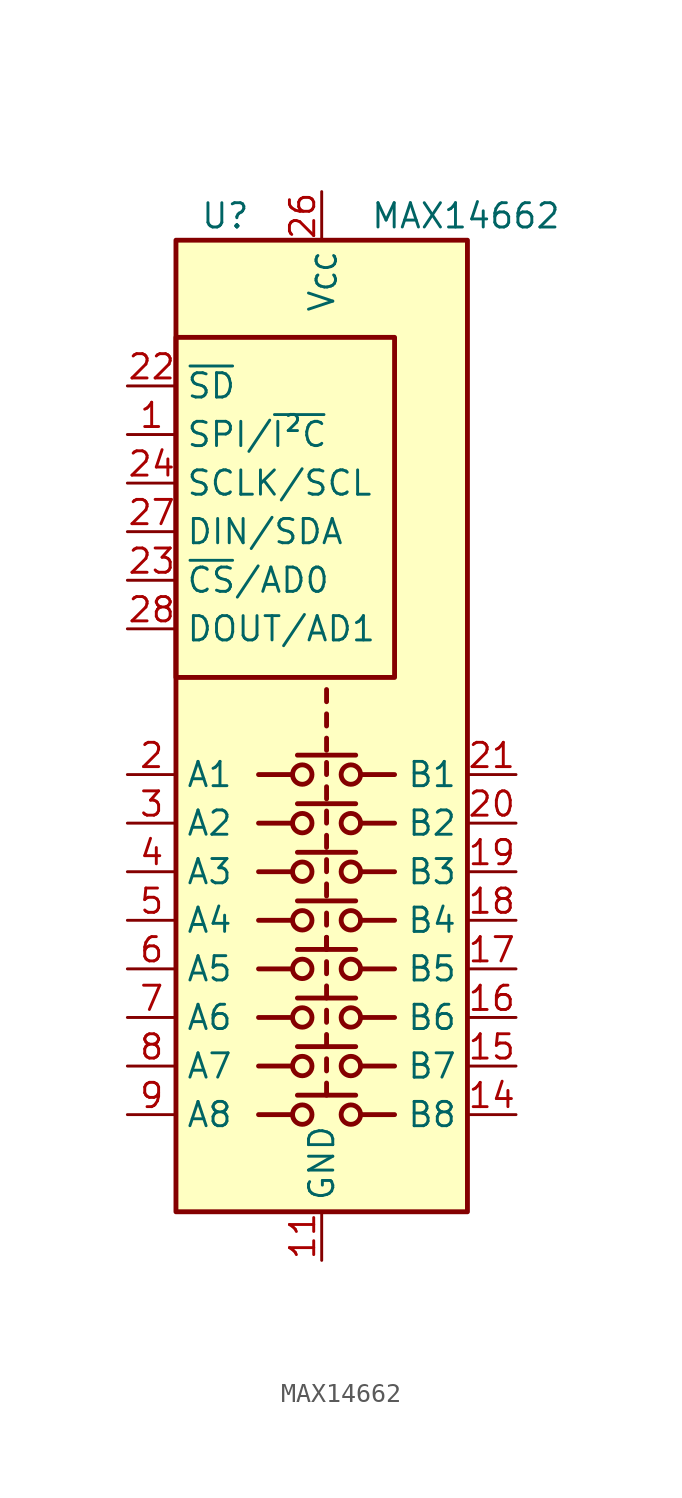
<source format=kicad_sym>
(kicad_symbol_lib
  (version 20241209)
  (generator "kicad_symbol_editor")
  (generator_version "9.0")
  (symbol "MAX14662"
    (property "Reference" "U"
      (at -6.35 26.67 0)
      (effects (font (size 1.27 1.27)) (justify left)))
    (property "Value" "MAX14662"
      (at 2.54 26.67 0)
      (effects (font (size 1.27 1.27)) (justify left)))
    (symbol "MAX14662_0_0"
      (pin input line (at -10.16 7.62 0) (length 2.54) (name "~{CS}/AD0" (effects (font (size 1.27 1.27)))) (number "23" (effects (font (size 1.27 1.27))))))
    (symbol "MAX14662_0_1"
      (rectangle (start -7.62 25.4) (end 7.62 -25.4) (stroke (width 0.254) (type default)) (fill (type background)))
      (polyline (pts (xy -1.524 -2.54) (xy -3.302 -2.54)) (stroke (width 0.254) (type default)) (fill (type none)))
      (polyline (pts (xy -1.524 -5.08) (xy -3.302 -5.08)) (stroke (width 0.254) (type default)) (fill (type none)))
      (polyline (pts (xy -1.524 -7.62) (xy -3.302 -7.62)) (stroke (width 0.254) (type default)) (fill (type none)))
      (polyline (pts (xy -1.524 -10.16) (xy -3.302 -10.16)) (stroke (width 0.254) (type default)) (fill (type none)))
      (polyline (pts (xy -1.524 -12.7) (xy -3.302 -12.7)) (stroke (width 0.254) (type default)) (fill (type none)))
      (polyline (pts (xy -1.524 -15.24) (xy -3.302 -15.24)) (stroke (width 0.254) (type default)) (fill (type none)))
      (polyline (pts (xy -1.524 -17.78) (xy -3.302 -17.78)) (stroke (width 0.254) (type default)) (fill (type none)))
      (polyline (pts (xy -1.524 -20.32) (xy -3.302 -20.32)) (stroke (width 0.254) (type default)) (fill (type none)))
      (polyline (pts (xy -1.27 -1.524) (xy 1.778 -1.524)) (stroke (width 0.254) (type default)) (fill (type none)))
      (polyline (pts (xy -1.27 -4.064) (xy 1.778 -4.064)) (stroke (width 0.254) (type default)) (fill (type none)))
      (polyline (pts (xy -1.27 -6.604) (xy 1.778 -6.604)) (stroke (width 0.254) (type default)) (fill (type none)))
      (polyline (pts (xy -1.27 -9.144) (xy 1.778 -9.144)) (stroke (width 0.254) (type default)) (fill (type none)))
      (polyline (pts (xy -1.27 -11.684) (xy 1.778 -11.684)) (stroke (width 0.254) (type default)) (fill (type none)))
      (polyline (pts (xy -1.27 -14.224) (xy 1.778 -14.224)) (stroke (width 0.254) (type default)) (fill (type none)))
      (polyline (pts (xy -1.27 -16.764) (xy 1.778 -16.764)) (stroke (width 0.254) (type default)) (fill (type none)))
      (polyline (pts (xy -1.27 -19.304) (xy 1.778 -19.304)) (stroke (width 0.254) (type default)) (fill (type none)))
      (circle (center -1.016 -2.54) (radius 0.508) (stroke (width 0.254) (type default)) (fill (type none)))
      (circle (center -1.016 -5.08) (radius 0.508) (stroke (width 0.254) (type default)) (fill (type none)))
      (circle (center -1.016 -7.62) (radius 0.508) (stroke (width 0.254) (type default)) (fill (type none)))
      (circle (center -1.016 -10.16) (radius 0.508) (stroke (width 0.254) (type default)) (fill (type none)))
      (circle (center -1.016 -12.7) (radius 0.508) (stroke (width 0.254) (type default)) (fill (type none)))
      (circle (center -1.016 -15.24) (radius 0.508) (stroke (width 0.254) (type default)) (fill (type none)))
      (circle (center -1.016 -17.78) (radius 0.508) (stroke (width 0.254) (type default)) (fill (type none)))
      (circle (center -1.016 -20.32) (radius 0.508) (stroke (width 0.254) (type default)) (fill (type none)))
      (polyline (pts (xy 0.254 1.27) (xy 0.254 1.905)) (stroke (width 0.254) (type default)) (fill (type none)))
      (polyline (pts (xy 0.254 0) (xy 0.254 0.635)) (stroke (width 0.254) (type default)) (fill (type none)))
      (polyline (pts (xy 0.254 -1.27) (xy 0.254 -0.635)) (stroke (width 0.254) (type default)) (fill (type none)))
      (polyline (pts (xy 0.254 -2.54) (xy 0.254 -1.905)) (stroke (width 0.254) (type default)) (fill (type none)))
      (polyline (pts (xy 0.254 -3.81) (xy 0.254 -3.175)) (stroke (width 0.254) (type default)) (fill (type none)))
      (polyline (pts (xy 0.254 -5.08) (xy 0.254 -4.445)) (stroke (width 0.254) (type default)) (fill (type none)))
      (polyline (pts (xy 0.254 -6.35) (xy 0.254 -5.715)) (stroke (width 0.254) (type default)) (fill (type none)))
      (polyline (pts (xy 0.254 -7.62) (xy 0.254 -6.985)) (stroke (width 0.254) (type default)) (fill (type none)))
      (polyline (pts (xy 0.254 -8.89) (xy 0.254 -8.255)) (stroke (width 0.254) (type default)) (fill (type none)))
      (polyline (pts (xy 0.254 -10.414) (xy 0.254 -9.779)) (stroke (width 0.254) (type default)) (fill (type none)))
      (polyline (pts (xy 0.254 -11.684) (xy 0.254 -11.049)) (stroke (width 0.254) (type default)) (fill (type none)))
      (polyline (pts (xy 0.254 -11.684) (xy 0.254 -11.049)) (stroke (width 0.254) (type default)) (fill (type none)))
      (polyline (pts (xy 0.254 -12.954) (xy 0.254 -12.319)) (stroke (width 0.254) (type default)) (fill (type none)))
      (polyline (pts (xy 0.254 -14.224) (xy 0.254 -13.589)) (stroke (width 0.254) (type default)) (fill (type none)))
      (polyline (pts (xy 0.254 -15.494) (xy 0.254 -14.859)) (stroke (width 0.254) (type default)) (fill (type none)))
      (polyline (pts (xy 0.254 -16.764) (xy 0.254 -16.129)) (stroke (width 0.254) (type default)) (fill (type none)))
      (polyline (pts (xy 0.254 -18.034) (xy 0.254 -17.399)) (stroke (width 0.254) (type default)) (fill (type none)))
      (polyline (pts (xy 0.254 -19.304) (xy 0.254 -18.669)) (stroke (width 0.254) (type default)) (fill (type none)))
      (circle (center 1.524 -2.54) (radius 0.508) (stroke (width 0.254) (type default)) (fill (type none)))
      (circle (center 1.524 -5.08) (radius 0.508) (stroke (width 0.254) (type default)) (fill (type none)))
      (circle (center 1.524 -7.62) (radius 0.508) (stroke (width 0.254) (type default)) (fill (type none)))
      (circle (center 1.524 -10.16) (radius 0.508) (stroke (width 0.254) (type default)) (fill (type none)))
      (circle (center 1.524 -12.7) (radius 0.508) (stroke (width 0.254) (type default)) (fill (type none)))
      (circle (center 1.524 -15.24) (radius 0.508) (stroke (width 0.254) (type default)) (fill (type none)))
      (circle (center 1.524 -17.78) (radius 0.508) (stroke (width 0.254) (type default)) (fill (type none)))
      (circle (center 1.524 -20.32) (radius 0.508) (stroke (width 0.254) (type default)) (fill (type none)))
      (polyline (pts (xy 3.81 -2.54) (xy 2.032 -2.54)) (stroke (width 0.254) (type default)) (fill (type none)))
      (polyline (pts (xy 3.81 -5.08) (xy 2.032 -5.08)) (stroke (width 0.254) (type default)) (fill (type none)))
      (polyline (pts (xy 3.81 -7.62) (xy 2.032 -7.62)) (stroke (width 0.254) (type default)) (fill (type none)))
      (polyline (pts (xy 3.81 -10.16) (xy 2.032 -10.16)) (stroke (width 0.254) (type default)) (fill (type none)))
      (polyline (pts (xy 3.81 -12.7) (xy 2.032 -12.7)) (stroke (width 0.254) (type default)) (fill (type none)))
      (polyline (pts (xy 3.81 -15.24) (xy 2.032 -15.24)) (stroke (width 0.254) (type default)) (fill (type none)))
      (polyline (pts (xy 3.81 -17.78) (xy 2.032 -17.78)) (stroke (width 0.254) (type default)) (fill (type none)))
      (polyline (pts (xy 3.81 -20.32) (xy 2.032 -20.32)) (stroke (width 0.254) (type default)) (fill (type none))))
    (symbol "MAX14662_1_0"
      (pin bidirectional line (at -10.16 10.16 0) (length 2.54) (name "DIN/SDA" (effects (font (size 1.27 1.27)))) (number "27" (effects (font (size 1.27 1.27)))))
      (pin bidirectional line (at -10.16 5.08 0) (length 2.54) (name "DOUT/AD1" (effects (font (size 1.27 1.27)))) (number "28" (effects (font (size 1.27 1.27)))))
      (pin power_in line (at 0 27.94 270) (length 2.54) (name "V_{CC}" (effects (font (size 1.27 1.27)))) (number "26" (effects (font (size 1.27 1.27)))))
      (pin no_connect line (at 7.62 22.86 180) (length 2.54) (hide yes) (name "NC" (effects (font (size 1.27 1.27)))) (number "10" (effects (font (size 1.27 1.27)))))
      (pin no_connect line (at 7.62 20.32 180) (length 2.54) (hide yes) (name "NC" (effects (font (size 1.27 1.27)))) (number "12" (effects (font (size 1.27 1.27)))))
      (pin no_connect line (at 7.62 17.78 180) (length 2.54) (hide yes) (name "NC" (effects (font (size 1.27 1.27)))) (number "13" (effects (font (size 1.27 1.27))))))
    (symbol "MAX14662_1_1"
      (rectangle (start -7.62 20.32) (end 3.81 2.54) (stroke (width 0.254) (type default)) (fill (type none)))
      (pin input line (at -10.16 17.78 0) (length 2.54) (name "~{SD}" (effects (font (size 1.27 1.27)))) (number "22" (effects (font (size 1.27 1.27)))))
      (pin input line (at -10.16 15.24 0) (length 2.54) (name "SPI/~{I²C}" (effects (font (size 1.27 1.27)))) (number "1" (effects (font (size 1.27 1.27)))))
      (pin input line (at -10.16 12.7 0) (length 2.54) (name "SCLK/SCL" (effects (font (size 1.27 1.27)))) (number "24" (effects (font (size 1.27 1.27)))))
      (pin bidirectional line (at -10.16 -2.54 0) (length 2.54) (name "A1" (effects (font (size 1.27 1.27)))) (number "2" (effects (font (size 1.27 1.27)))))
      (pin bidirectional line (at -10.16 -5.08 0) (length 2.54) (name "A2" (effects (font (size 1.27 1.27)))) (number "3" (effects (font (size 1.27 1.27)))))
      (pin bidirectional line (at -10.16 -7.62 0) (length 2.54) (name "A3" (effects (font (size 1.27 1.27)))) (number "4" (effects (font (size 1.27 1.27)))))
      (pin bidirectional line (at -10.16 -10.16 0) (length 2.54) (name "A4" (effects (font (size 1.27 1.27)))) (number "5" (effects (font (size 1.27 1.27)))))
      (pin bidirectional line (at -10.16 -12.7 0) (length 2.54) (name "A5" (effects (font (size 1.27 1.27)))) (number "6" (effects (font (size 1.27 1.27)))))
      (pin bidirectional line (at -10.16 -15.24 0) (length 2.54) (name "A6" (effects (font (size 1.27 1.27)))) (number "7" (effects (font (size 1.27 1.27)))))
      (pin bidirectional line (at -10.16 -17.78 0) (length 2.54) (name "A7" (effects (font (size 1.27 1.27)))) (number "8" (effects (font (size 1.27 1.27)))))
      (pin bidirectional line (at -10.16 -20.32 0) (length 2.54) (name "A8" (effects (font (size 1.27 1.27)))) (number "9" (effects (font (size 1.27 1.27)))))
      (pin power_in line (at 0 -27.94 90) (length 2.54) (name "GND" (effects (font (size 1.27 1.27)))) (number "11" (effects (font (size 1.27 1.27)))))
      (pin passive line (at 0 -27.94 90) (length 2.54) (hide yes) (name "GND" (effects (font (size 1.27 1.27)))) (number "25" (effects (font (size 1.27 1.27)))))
      (pin passive line (at 0 -27.94 90) (length 2.54) (hide yes) (name "GND" (effects (font (size 1.27 1.27)))) (number "29" (effects (font (size 1.27 1.27)))))
      (pin bidirectional line (at 10.16 -2.54 180) (length 2.54) (name "B1" (effects (font (size 1.27 1.27)))) (number "21" (effects (font (size 1.27 1.27)))))
      (pin bidirectional line (at 10.16 -5.08 180) (length 2.54) (name "B2" (effects (font (size 1.27 1.27)))) (number "20" (effects (font (size 1.27 1.27)))))
      (pin bidirectional line (at 10.16 -7.62 180) (length 2.54) (name "B3" (effects (font (size 1.27 1.27)))) (number "19" (effects (font (size 1.27 1.27)))))
      (pin bidirectional line (at 10.16 -10.16 180) (length 2.54) (name "B4" (effects (font (size 1.27 1.27)))) (number "18" (effects (font (size 1.27 1.27)))))
      (pin bidirectional line (at 10.16 -12.7 180) (length 2.54) (name "B5" (effects (font (size 1.27 1.27)))) (number "17" (effects (font (size 1.27 1.27)))))
      (pin bidirectional line (at 10.16 -15.24 180) (length 2.54) (name "B6" (effects (font (size 1.27 1.27)))) (number "16" (effects (font (size 1.27 1.27)))))
      (pin bidirectional line (at 10.16 -17.78 180) (length 2.54) (name "B7" (effects (font (size 1.27 1.27)))) (number "15" (effects (font (size 1.27 1.27)))))
      (pin bidirectional line (at 10.16 -20.32 180) (length 2.54) (name "B8" (effects (font (size 1.27 1.27)))) (number "14" (effects (font (size 1.27 1.27))))))))
</source>
